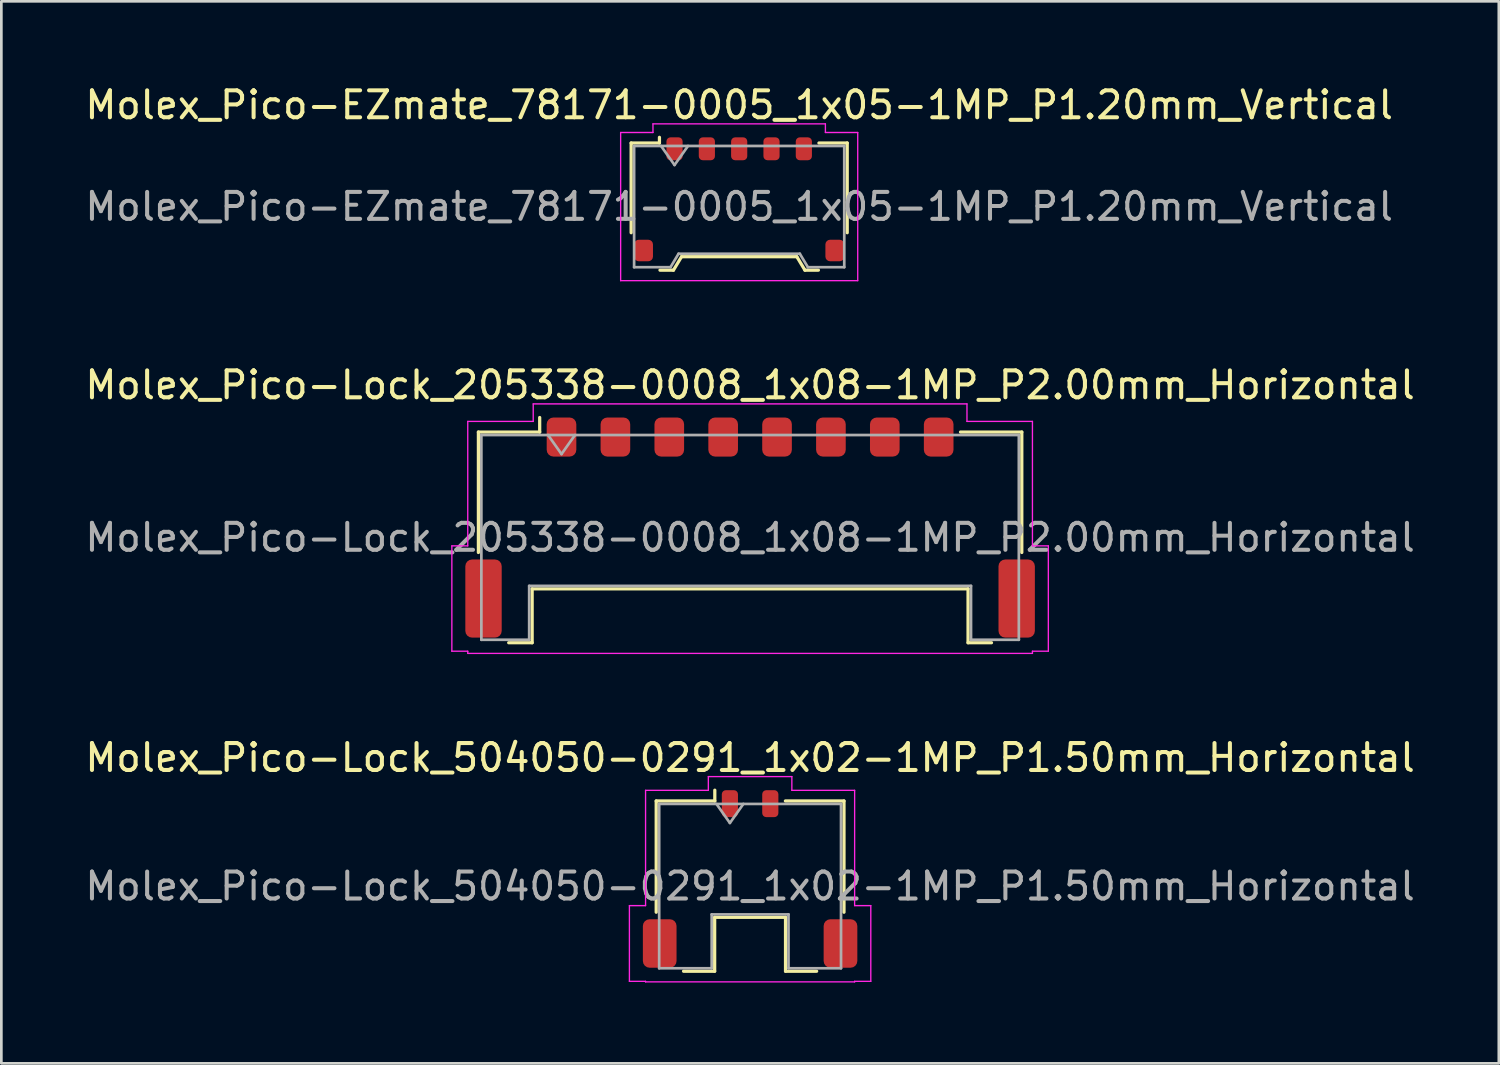
<source format=kicad_pcb>
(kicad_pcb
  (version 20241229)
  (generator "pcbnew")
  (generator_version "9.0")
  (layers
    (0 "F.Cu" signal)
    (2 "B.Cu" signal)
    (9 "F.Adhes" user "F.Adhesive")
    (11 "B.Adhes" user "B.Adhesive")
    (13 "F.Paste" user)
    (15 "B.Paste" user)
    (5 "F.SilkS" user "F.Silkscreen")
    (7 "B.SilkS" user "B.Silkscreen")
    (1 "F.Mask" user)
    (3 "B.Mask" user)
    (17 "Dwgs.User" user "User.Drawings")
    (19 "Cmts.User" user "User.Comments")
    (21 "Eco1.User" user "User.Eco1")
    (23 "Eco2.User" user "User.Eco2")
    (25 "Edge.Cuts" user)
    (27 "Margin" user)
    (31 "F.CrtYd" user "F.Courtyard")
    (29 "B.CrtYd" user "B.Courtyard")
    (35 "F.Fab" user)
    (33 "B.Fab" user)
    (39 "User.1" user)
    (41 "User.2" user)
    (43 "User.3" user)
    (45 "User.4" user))
  (footprint "Molex_Pico-Lock_504050-0291_1x02-1MP_P1.50mm_Horizontal"
    (layer "F.Cu")
    (at 24.792 29.575)
    (property "Reference" "Molex_Pico-Lock_504050-0291_1x02-1MP_P1.50mm_Horizontal" (at 0 -4.5 0) (layer "F.SilkS") (effects (font (size 1 1) (thickness 0.15))))
    (attr smd)
    (fp_line (start -3.485 -2.895) (end -1.31 -2.895) (stroke (width 0.12) (type solid)) (layer "F.SilkS"))
    (fp_line (start -3.485 1.235) (end -3.485 -2.895) (stroke (width 0.12) (type solid)) (layer "F.SilkS"))
    (fp_line (start -2.47 3.425) (end -1.315 3.425) (stroke (width 0.12) (type solid)) (layer "F.SilkS"))
    (fp_line (start -1.315 1.425) (end 1.315 1.425) (stroke (width 0.12) (type solid)) (layer "F.SilkS"))
    (fp_line (start -1.315 3.425) (end -1.315 1.425) (stroke (width 0.12) (type solid)) (layer "F.SilkS"))
    (fp_line (start -1.31 -2.895) (end -1.31 -3.295) (stroke (width 0.12) (type solid)) (layer "F.SilkS"))
    (fp_line (start 1.315 1.425) (end 1.315 3.425) (stroke (width 0.12) (type solid)) (layer "F.SilkS"))
    (fp_line (start 1.315 3.425) (end 2.47 3.425) (stroke (width 0.12) (type solid)) (layer "F.SilkS"))
    (fp_line (start 3.485 -2.895) (end 1.31 -2.895) (stroke (width 0.12) (type solid)) (layer "F.SilkS"))
    (fp_line (start 3.485 1.235) (end 3.485 -2.895) (stroke (width 0.12) (type solid)) (layer "F.SilkS"))
    (fp_line (start -4.48 0.99) (end -3.88 0.99) (stroke (width 0.05) (type solid)) (layer "F.CrtYd"))
    (fp_line (start -4.48 3.8) (end -4.48 0.99) (stroke (width 0.05) (type solid)) (layer "F.CrtYd"))
    (fp_line (start -3.88 -3.29) (end -1.55 -3.29) (stroke (width 0.05) (type solid)) (layer "F.CrtYd"))
    (fp_line (start -3.88 0.99) (end -3.88 -3.29) (stroke (width 0.05) (type solid)) (layer "F.CrtYd"))
    (fp_line (start -3.88 3.8) (end -4.48 3.8) (stroke (width 0.05) (type solid)) (layer "F.CrtYd"))
    (fp_line (start -3.88 3.82) (end -3.88 3.8) (stroke (width 0.05) (type solid)) (layer "F.CrtYd"))
    (fp_line (start -1.55 -3.8) (end 1.55 -3.8) (stroke (width 0.05) (type solid)) (layer "F.CrtYd"))
    (fp_line (start -1.55 -3.29) (end -1.55 -3.8) (stroke (width 0.05) (type solid)) (layer "F.CrtYd"))
    (fp_line (start 1.55 -3.8) (end 1.55 -3.29) (stroke (width 0.05) (type solid)) (layer "F.CrtYd"))
    (fp_line (start 1.55 -3.29) (end 3.88 -3.29) (stroke (width 0.05) (type solid)) (layer "F.CrtYd"))
    (fp_line (start 3.88 -3.29) (end 3.88 0.99) (stroke (width 0.05) (type solid)) (layer "F.CrtYd"))
    (fp_line (start 3.88 0.99) (end 4.48 0.99) (stroke (width 0.05) (type solid)) (layer "F.CrtYd"))
    (fp_line (start 3.88 3.8) (end 3.88 3.82) (stroke (width 0.05) (type solid)) (layer "F.CrtYd"))
    (fp_line (start 3.88 3.82) (end -3.88 3.82) (stroke (width 0.05) (type solid)) (layer "F.CrtYd"))
    (fp_line (start 4.48 0.99) (end 4.48 3.8) (stroke (width 0.05) (type solid)) (layer "F.CrtYd"))
    (fp_line (start 4.48 3.8) (end 3.88 3.8) (stroke (width 0.05) (type solid)) (layer "F.CrtYd"))
    (fp_line (start -3.375 -2.785) (end -3.375 3.315) (stroke (width 0.1) (type solid)) (layer "F.Fab"))
    (fp_line (start -3.375 -2.785) (end 3.375 -2.785) (stroke (width 0.1) (type solid)) (layer "F.Fab"))
    (fp_line (start -3.375 3.315) (end -1.425 3.315) (stroke (width 0.1) (type solid)) (layer "F.Fab"))
    (fp_line (start -1.425 1.315) (end 1.425 1.315) (stroke (width 0.1) (type solid)) (layer "F.Fab"))
    (fp_line (start -1.425 3.315) (end -1.425 1.315) (stroke (width 0.1) (type solid)) (layer "F.Fab"))
    (fp_line (start -1.25 -2.785) (end -0.75 -2.078) (stroke (width 0.1) (type solid)) (layer "F.Fab"))
    (fp_line (start -0.75 -2.078) (end -0.25 -2.785) (stroke (width 0.1) (type solid)) (layer "F.Fab"))
    (fp_line (start 1.425 1.315) (end 1.425 3.315) (stroke (width 0.1) (type solid)) (layer "F.Fab"))
    (fp_line (start 1.425 3.315) (end 3.375 3.315) (stroke (width 0.1) (type solid)) (layer "F.Fab"))
    (fp_line (start 3.375 -2.785) (end 3.375 3.315) (stroke (width 0.1) (type solid)) (layer "F.Fab"))
    (fp_text user "${REFERENCE}" (at 0 0.27 0) (layer "F.Fab") (effects (font (size 1 1) (thickness 0.15))))
    (pad "1" smd roundrect (at -0.75 -2.795) (size 0.6 1) (layers "F.Cu" "F.Mask" "F.Paste") (roundrect_rratio 0.25))
    (pad "2" smd roundrect (at 0.75 -2.795) (size 0.6 1) (layers "F.Cu" "F.Mask" "F.Paste") (roundrect_rratio 0.25))
    (pad "MP" smd roundrect (at -3.355 2.395) (size 1.25 1.8) (layers "F.Cu" "F.Mask" "F.Paste") (roundrect_rratio 0.2))
    (pad "MP" smd roundrect (at 3.355 2.395) (size 1.25 1.8) (layers "F.Cu" "F.Mask" "F.Paste") (roundrect_rratio 0.2)))
  (footprint "Molex_Pico-EZmate_78171-0005_1x05-1MP_P1.20mm_Vertical"
    (layer "F.Cu")
    (at 24.387 4.348)
    (property "Reference" "Molex_Pico-EZmate_78171-0005_1x05-1MP_P1.20mm_Vertical" (at 0 -3.5 0) (layer "F.SilkS") (effects (font (size 1 1) (thickness 0.15))))
    (attr smd)
    (fp_line (start -4.01 -2.09) (end -2.96 -2.09) (stroke (width 0.12) (type solid)) (layer "F.SilkS"))
    (fp_line (start -4.01 1.24) (end -4.01 -2.09) (stroke (width 0.12) (type solid)) (layer "F.SilkS"))
    (fp_line (start -2.96 -2.09) (end -2.96 -2.3) (stroke (width 0.12) (type solid)) (layer "F.SilkS"))
    (fp_line (start -2.94 2.63) (end -2.44 2.63) (stroke (width 0.12) (type solid)) (layer "F.SilkS"))
    (fp_line (start -2.44 2.63) (end -2.14 2.13) (stroke (width 0.12) (type solid)) (layer "F.SilkS"))
    (fp_line (start -2.14 2.13) (end 2.14 2.13) (stroke (width 0.12) (type solid)) (layer "F.SilkS"))
    (fp_line (start 2.14 2.13) (end 2.44 2.63) (stroke (width 0.12) (type solid)) (layer "F.SilkS"))
    (fp_line (start 2.44 2.63) (end 2.94 2.63) (stroke (width 0.12) (type solid)) (layer "F.SilkS"))
    (fp_line (start 4.01 -2.09) (end 2.96 -2.09) (stroke (width 0.12) (type solid)) (layer "F.SilkS"))
    (fp_line (start 4.01 1.24) (end 4.01 -2.09) (stroke (width 0.12) (type solid)) (layer "F.SilkS"))
    (fp_line (start -4.4 -2.48) (end -3.2 -2.48) (stroke (width 0.05) (type solid)) (layer "F.CrtYd"))
    (fp_line (start -4.4 3.02) (end -4.4 -2.48) (stroke (width 0.05) (type solid)) (layer "F.CrtYd"))
    (fp_line (start -3.2 -2.8) (end 3.2 -2.8) (stroke (width 0.05) (type solid)) (layer "F.CrtYd"))
    (fp_line (start -3.2 -2.48) (end -3.2 -2.8) (stroke (width 0.05) (type solid)) (layer "F.CrtYd"))
    (fp_line (start 3.2 -2.8) (end 3.2 -2.48) (stroke (width 0.05) (type solid)) (layer "F.CrtYd"))
    (fp_line (start 3.2 -2.48) (end 4.4 -2.48) (stroke (width 0.05) (type solid)) (layer "F.CrtYd"))
    (fp_line (start 4.4 -2.48) (end 4.4 3.02) (stroke (width 0.05) (type solid)) (layer "F.CrtYd"))
    (fp_line (start 4.4 3.02) (end -4.4 3.02) (stroke (width 0.05) (type solid)) (layer "F.CrtYd"))
    (fp_line (start -3.9 -1.98) (end -3.9 2.52) (stroke (width 0.1) (type solid)) (layer "F.Fab"))
    (fp_line (start -3.9 -1.98) (end 3.9 -1.98) (stroke (width 0.1) (type solid)) (layer "F.Fab"))
    (fp_line (start -3.9 2.52) (end -2.55 2.52) (stroke (width 0.1) (type solid)) (layer "F.Fab"))
    (fp_line (start -2.9 -1.98) (end -2.4 -1.273) (stroke (width 0.1) (type solid)) (layer "F.Fab"))
    (fp_line (start -2.55 2.52) (end -2.25 2.02) (stroke (width 0.1) (type solid)) (layer "F.Fab"))
    (fp_line (start -2.4 -1.273) (end -1.9 -1.98) (stroke (width 0.1) (type solid)) (layer "F.Fab"))
    (fp_line (start -2.25 2.02) (end 2.25 2.02) (stroke (width 0.1) (type solid)) (layer "F.Fab"))
    (fp_line (start 2.25 2.02) (end 2.55 2.52) (stroke (width 0.1) (type solid)) (layer "F.Fab"))
    (fp_line (start 2.55 2.52) (end 3.9 2.52) (stroke (width 0.1) (type solid)) (layer "F.Fab"))
    (fp_line (start 3.9 -1.98) (end 3.9 2.52) (stroke (width 0.1) (type solid)) (layer "F.Fab"))
    (fp_text user "${REFERENCE}" (at 0 0.27 0) (layer "F.Fab") (effects (font (size 1 1) (thickness 0.15))))
    (pad "1" smd roundrect (at -2.4 -1.875) (size 0.6 0.85) (layers "F.Cu" "F.Mask" "F.Paste") (roundrect_rratio 0.25))
    (pad "2" smd roundrect (at -1.2 -1.875) (size 0.6 0.85) (layers "F.Cu" "F.Mask" "F.Paste") (roundrect_rratio 0.25))
    (pad "3" smd roundrect (at 0 -1.875) (size 0.6 0.85) (layers "F.Cu" "F.Mask" "F.Paste") (roundrect_rratio 0.25))
    (pad "4" smd roundrect (at 1.2 -1.875) (size 0.6 0.85) (layers "F.Cu" "F.Mask" "F.Paste") (roundrect_rratio 0.25))
    (pad "5" smd roundrect (at 2.4 -1.875) (size 0.6 0.85) (layers "F.Cu" "F.Mask" "F.Paste") (roundrect_rratio 0.25))
    (pad "MP" smd roundrect (at -3.55 1.9) (size 0.7 0.8) (layers "F.Cu" "F.Mask" "F.Paste") (roundrect_rratio 0.25))
    (pad "MP" smd roundrect (at 3.55 1.9) (size 0.7 0.8) (layers "F.Cu" "F.Mask" "F.Paste") (roundrect_rratio 0.25)))
  (footprint "Molex_Pico-Lock_205338-0008_1x08-1MP_P2.00mm_Horizontal"
    (layer "F.Cu")
    (at 24.792 16.532)
    (property "Reference" "Molex_Pico-Lock_205338-0008_1x08-1MP_P2.00mm_Horizontal" (at 0 -5.29 0) (layer "F.SilkS") (effects (font (size 1 1) (thickness 0.15))))
    (attr smd)
    (fp_line (start -10.085 -3.545) (end -7.81 -3.545) (stroke (width 0.12) (type solid)) (layer "F.SilkS"))
    (fp_line (start -10.085 0.925) (end -10.085 -3.545) (stroke (width 0.12) (type solid)) (layer "F.SilkS"))
    (fp_line (start -8.96 4.275) (end -8.09 4.275) (stroke (width 0.12) (type solid)) (layer "F.SilkS"))
    (fp_line (start -8.09 2.275) (end 8.09 2.275) (stroke (width 0.12) (type solid)) (layer "F.SilkS"))
    (fp_line (start -8.09 4.275) (end -8.09 2.275) (stroke (width 0.12) (type solid)) (layer "F.SilkS"))
    (fp_line (start -7.81 -3.545) (end -7.81 -4.085) (stroke (width 0.12) (type solid)) (layer "F.SilkS"))
    (fp_line (start 8.09 2.275) (end 8.09 4.275) (stroke (width 0.12) (type solid)) (layer "F.SilkS"))
    (fp_line (start 8.09 4.275) (end 8.96 4.275) (stroke (width 0.12) (type solid)) (layer "F.SilkS"))
    (fp_line (start 10.085 -3.545) (end 7.81 -3.545) (stroke (width 0.12) (type solid)) (layer "F.SilkS"))
    (fp_line (start 10.085 0.925) (end 10.085 -3.545) (stroke (width 0.12) (type solid)) (layer "F.SilkS"))
    (fp_line (start -11.07 0.68) (end -10.48 0.68) (stroke (width 0.05) (type solid)) (layer "F.CrtYd"))
    (fp_line (start -11.07 4.59) (end -11.07 0.68) (stroke (width 0.05) (type solid)) (layer "F.CrtYd"))
    (fp_line (start -10.48 -3.94) (end -8.05 -3.94) (stroke (width 0.05) (type solid)) (layer "F.CrtYd"))
    (fp_line (start -10.48 0.68) (end -10.48 -3.94) (stroke (width 0.05) (type solid)) (layer "F.CrtYd"))
    (fp_line (start -10.48 4.59) (end -11.07 4.59) (stroke (width 0.05) (type solid)) (layer "F.CrtYd"))
    (fp_line (start -10.48 4.67) (end -10.48 4.59) (stroke (width 0.05) (type solid)) (layer "F.CrtYd"))
    (fp_line (start -8.05 -4.59) (end 8.05 -4.59) (stroke (width 0.05) (type solid)) (layer "F.CrtYd"))
    (fp_line (start -8.05 -3.94) (end -8.05 -4.59) (stroke (width 0.05) (type solid)) (layer "F.CrtYd"))
    (fp_line (start 8.05 -4.59) (end 8.05 -3.94) (stroke (width 0.05) (type solid)) (layer "F.CrtYd"))
    (fp_line (start 8.05 -3.94) (end 10.48 -3.94) (stroke (width 0.05) (type solid)) (layer "F.CrtYd"))
    (fp_line (start 10.48 -3.94) (end 10.48 0.68) (stroke (width 0.05) (type solid)) (layer "F.CrtYd"))
    (fp_line (start 10.48 0.68) (end 11.07 0.68) (stroke (width 0.05) (type solid)) (layer "F.CrtYd"))
    (fp_line (start 10.48 4.59) (end 10.48 4.67) (stroke (width 0.05) (type solid)) (layer "F.CrtYd"))
    (fp_line (start 10.48 4.67) (end -10.48 4.67) (stroke (width 0.05) (type solid)) (layer "F.CrtYd"))
    (fp_line (start 11.07 0.68) (end 11.07 4.59) (stroke (width 0.05) (type solid)) (layer "F.CrtYd"))
    (fp_line (start 11.07 4.59) (end 10.48 4.59) (stroke (width 0.05) (type solid)) (layer "F.CrtYd"))
    (fp_line (start -9.975 -3.435) (end -9.975 4.165) (stroke (width 0.1) (type solid)) (layer "F.Fab"))
    (fp_line (start -9.975 -3.435) (end 9.975 -3.435) (stroke (width 0.1) (type solid)) (layer "F.Fab"))
    (fp_line (start -9.975 4.165) (end -8.2 4.165) (stroke (width 0.1) (type solid)) (layer "F.Fab"))
    (fp_line (start -8.2 2.165) (end 8.2 2.165) (stroke (width 0.1) (type solid)) (layer "F.Fab"))
    (fp_line (start -8.2 4.165) (end -8.2 2.165) (stroke (width 0.1) (type solid)) (layer "F.Fab"))
    (fp_line (start -7.5 -3.435) (end -7 -2.728) (stroke (width 0.1) (type solid)) (layer "F.Fab"))
    (fp_line (start -7 -2.728) (end -6.5 -3.435) (stroke (width 0.1) (type solid)) (layer "F.Fab"))
    (fp_line (start 8.2 2.165) (end 8.2 4.165) (stroke (width 0.1) (type solid)) (layer "F.Fab"))
    (fp_line (start 8.2 4.165) (end 9.975 4.165) (stroke (width 0.1) (type solid)) (layer "F.Fab"))
    (fp_line (start 9.975 -3.435) (end 9.975 4.165) (stroke (width 0.1) (type solid)) (layer "F.Fab"))
    (fp_text user "${REFERENCE}" (at 0 0.37 0) (layer "F.Fab") (effects (font (size 1 1) (thickness 0.15))))
    (pad "1" smd roundrect (at -7 -3.36) (size 1.1 1.45) (layers "F.Cu" "F.Mask" "F.Paste") (roundrect_rratio 0.227))
    (pad "2" smd roundrect (at -5 -3.36) (size 1.1 1.45) (layers "F.Cu" "F.Mask" "F.Paste") (roundrect_rratio 0.227))
    (pad "3" smd roundrect (at -3 -3.36) (size 1.1 1.45) (layers "F.Cu" "F.Mask" "F.Paste") (roundrect_rratio 0.227))
    (pad "4" smd roundrect (at -1 -3.36) (size 1.1 1.45) (layers "F.Cu" "F.Mask" "F.Paste") (roundrect_rratio 0.227))
    (pad "5" smd roundrect (at 1 -3.36) (size 1.1 1.45) (layers "F.Cu" "F.Mask" "F.Paste") (roundrect_rratio 0.227))
    (pad "6" smd roundrect (at 3 -3.36) (size 1.1 1.45) (layers "F.Cu" "F.Mask" "F.Paste") (roundrect_rratio 0.227))
    (pad "7" smd roundrect (at 5 -3.36) (size 1.1 1.45) (layers "F.Cu" "F.Mask" "F.Paste") (roundrect_rratio 0.227))
    (pad "8" smd roundrect (at 7 -3.36) (size 1.1 1.45) (layers "F.Cu" "F.Mask" "F.Paste") (roundrect_rratio 0.227))
    (pad "MP" smd roundrect (at -9.895 2.635) (size 1.35 2.9) (layers "F.Cu" "F.Mask" "F.Paste") (roundrect_rratio 0.185))
    (pad "MP" smd roundrect (at 9.895 2.635) (size 1.35 2.9) (layers "F.Cu" "F.Mask" "F.Paste") (roundrect_rratio 0.185)))
  (gr_rect
    (start -3 -3)
    (end 52.583 36.42)
    (stroke (width 0.1) (type default))
    (fill no)
    (layer "Edge.Cuts")))
</source>
